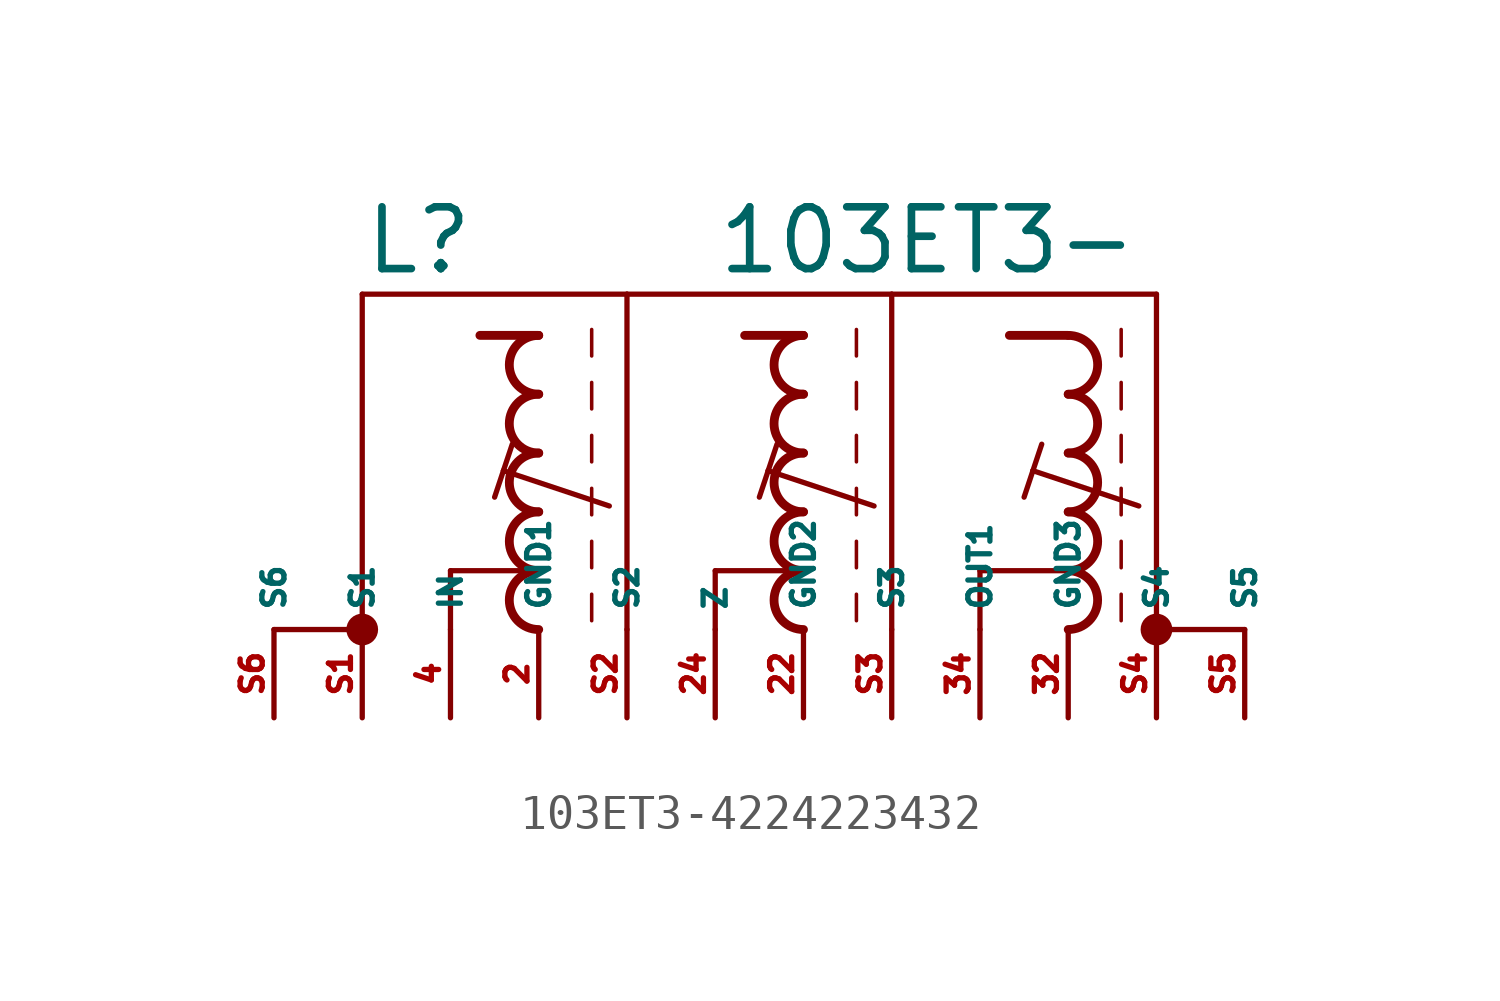
<source format=kicad_sym>
(kicad_symbol_lib
  (version 20220914)
  (generator kicad_symbol_editor)
  (symbol "103ET3-4224223432"
    (property "Reference" "L"
      (at -12.7 7.62 0)
      (effects (font (size 1.778 1.778) (thickness 0.22)) (justify left bottom)))
    (property "Value" "103ET3-"
      (at -2.54 7.62 0)
      (effects (font (size 1.778 1.778) (thickness 0.22)) (justify left bottom)))
    (symbol "103ET3-4224223432_1_1"
      (circle (center -12.7 -2.54) (radius 0.254) (stroke (width 0.406) (type default)) (fill (type none)))
      (arc (start -7.62 -0.8466) (mid -8.4664 -1.6933) (end -7.62 -2.54) (stroke (width 0.254) (type default)) (fill (type none)))
      (arc (start -7.62 0.8466) (mid -8.4662 0) (end -7.62 -0.8466) (stroke (width 0.254) (type default)) (fill (type none)))
      (arc (start -7.62 2.54) (mid -8.4664 1.6933) (end -7.62 0.8466) (stroke (width 0.254) (type default)) (fill (type none)))
      (arc (start -7.62 4.2334) (mid -8.4664 3.3867) (end -7.62 2.54) (stroke (width 0.254) (type default)) (fill (type none)))
      (arc (start -7.62 5.9266) (mid -8.4662 5.08) (end -7.62 4.2334) (stroke (width 0.254) (type default)) (fill (type none)))
      (arc (start 0 -0.8466) (mid -0.8464 -1.6933) (end 0 -2.54) (stroke (width 0.254) (type default)) (fill (type none)))
      (polyline (pts (xy -15.24 -2.54) (xy -12.7 -2.54)) (stroke (width 0.152) (type default)) (fill (type none)))
      (polyline (pts (xy -12.7 -2.54) (xy -12.7 7.112)) (stroke (width 0.152) (type default)) (fill (type none)))
      (polyline (pts (xy -12.7 7.112) (xy -5.08 7.112)) (stroke (width 0.152) (type default)) (fill (type none)))
      (polyline (pts (xy -10.16 -2.54) (xy -10.16 -0.847)) (stroke (width 0.152) (type default)) (fill (type none)))
      (polyline (pts (xy -10.16 -0.847) (xy -7.62 -0.847)) (stroke (width 0.152) (type default)) (fill (type none)))
      (polyline (pts (xy -8.636 2.032) (xy -8.89 1.27)) (stroke (width 0.152) (type default)) (fill (type none)))
      (polyline (pts (xy -8.382 2.794) (xy -8.636 2.032)) (stroke (width 0.152) (type default)) (fill (type none)))
      (polyline (pts (xy -7.62 5.927) (xy -9.313 5.927)) (stroke (width 0.254) (type default)) (fill (type none)))
      (polyline (pts (xy -6.096 -1.524) (xy -6.096 -2.286)) (stroke (width 0.102) (type default)) (fill (type none)))
      (polyline (pts (xy -6.096 0) (xy -6.096 -0.762)) (stroke (width 0.102) (type default)) (fill (type none)))
      (polyline (pts (xy -6.096 1.524) (xy -6.096 0.762)) (stroke (width 0.102) (type default)) (fill (type none)))
      (polyline (pts (xy -6.096 3.048) (xy -6.096 2.286)) (stroke (width 0.102) (type default)) (fill (type none)))
      (polyline (pts (xy -6.096 4.572) (xy -6.096 3.81)) (stroke (width 0.102) (type default)) (fill (type none)))
      (polyline (pts (xy -6.096 6.096) (xy -6.096 5.334)) (stroke (width 0.102) (type default)) (fill (type none)))
      (polyline (pts (xy -5.588 1.016) (xy -8.636 2.032)) (stroke (width 0.152) (type default)) (fill (type none)))
      (polyline (pts (xy -5.08 7.112) (xy -5.08 -2.54)) (stroke (width 0.152) (type default)) (fill (type none)))
      (polyline (pts (xy -5.08 7.112) (xy 2.54 7.112)) (stroke (width 0.152) (type default)) (fill (type none)))
      (polyline (pts (xy -2.54 -2.54) (xy -2.54 -0.847)) (stroke (width 0.152) (type default)) (fill (type none)))
      (polyline (pts (xy -2.54 -0.847) (xy 0 -0.847)) (stroke (width 0.152) (type default)) (fill (type none)))
      (polyline (pts (xy -1.016 2.032) (xy -1.27 1.27)) (stroke (width 0.152) (type default)) (fill (type none)))
      (polyline (pts (xy -0.762 2.794) (xy -1.016 2.032)) (stroke (width 0.152) (type default)) (fill (type none)))
      (polyline (pts (xy 0 5.927) (xy -1.693 5.927)) (stroke (width 0.254) (type default)) (fill (type none)))
      (polyline (pts (xy 1.524 -1.524) (xy 1.524 -2.286)) (stroke (width 0.102) (type default)) (fill (type none)))
      (polyline (pts (xy 1.524 0) (xy 1.524 -0.762)) (stroke (width 0.102) (type default)) (fill (type none)))
      (polyline (pts (xy 1.524 1.524) (xy 1.524 0.762)) (stroke (width 0.102) (type default)) (fill (type none)))
      (polyline (pts (xy 1.524 3.048) (xy 1.524 2.286)) (stroke (width 0.102) (type default)) (fill (type none)))
      (polyline (pts (xy 1.524 4.572) (xy 1.524 3.81)) (stroke (width 0.102) (type default)) (fill (type none)))
      (polyline (pts (xy 1.524 6.096) (xy 1.524 5.334)) (stroke (width 0.102) (type default)) (fill (type none)))
      (polyline (pts (xy 2.032 1.016) (xy -1.016 2.032)) (stroke (width 0.152) (type default)) (fill (type none)))
      (polyline (pts (xy 2.54 7.112) (xy 2.54 -2.54)) (stroke (width 0.152) (type default)) (fill (type none)))
      (polyline (pts (xy 2.54 7.112) (xy 10.16 7.112)) (stroke (width 0.152) (type default)) (fill (type none)))
      (polyline (pts (xy 5.08 -2.54) (xy 5.08 -0.847)) (stroke (width 0.152) (type default)) (fill (type none)))
      (polyline (pts (xy 5.08 -0.847) (xy 7.62 -0.847)) (stroke (width 0.152) (type default)) (fill (type none)))
      (polyline (pts (xy 6.604 2.032) (xy 6.35 1.27)) (stroke (width 0.152) (type default)) (fill (type none)))
      (polyline (pts (xy 6.858 2.794) (xy 6.604 2.032)) (stroke (width 0.152) (type default)) (fill (type none)))
      (polyline (pts (xy 7.62 5.927) (xy 5.927 5.927)) (stroke (width 0.254) (type default)) (fill (type none)))
      (polyline (pts (xy 9.144 -1.524) (xy 9.144 -2.286)) (stroke (width 0.102) (type default)) (fill (type none)))
      (polyline (pts (xy 9.144 0) (xy 9.144 -0.762)) (stroke (width 0.102) (type default)) (fill (type none)))
      (polyline (pts (xy 9.144 1.524) (xy 9.144 0.762)) (stroke (width 0.102) (type default)) (fill (type none)))
      (polyline (pts (xy 9.144 3.048) (xy 9.144 2.286)) (stroke (width 0.102) (type default)) (fill (type none)))
      (polyline (pts (xy 9.144 4.572) (xy 9.144 3.81)) (stroke (width 0.102) (type default)) (fill (type none)))
      (polyline (pts (xy 9.144 6.096) (xy 9.144 5.334)) (stroke (width 0.102) (type default)) (fill (type none)))
      (polyline (pts (xy 9.652 1.016) (xy 6.604 2.032)) (stroke (width 0.152) (type default)) (fill (type none)))
      (polyline (pts (xy 10.16 7.112) (xy 10.16 -2.54)) (stroke (width 0.152) (type default)) (fill (type none)))
      (polyline (pts (xy 12.7 -2.54) (xy 10.16 -2.54)) (stroke (width 0.152) (type default)) (fill (type none)))
      (arc (start 0 0.8466) (mid -0.8462 0) (end 0 -0.8466) (stroke (width 0.254) (type default)) (fill (type none)))
      (arc (start 0 2.54) (mid -0.8464 1.6933) (end 0 0.8466) (stroke (width 0.254) (type default)) (fill (type none)))
      (arc (start 0 4.2334) (mid -0.8464 3.3867) (end 0 2.54) (stroke (width 0.254) (type default)) (fill (type none)))
      (arc (start 0 5.9266) (mid -0.8462 5.08) (end 0 4.2334) (stroke (width 0.254) (type default)) (fill (type none)))
      (arc (start 7.62 -2.54) (mid 8.4631 -1.6933) (end 7.62 -0.8466) (stroke (width 0.254) (type default)) (fill (type none)))
      (arc (start 7.62 -0.8466) (mid 8.463 0) (end 7.62 0.8466) (stroke (width 0.254) (type default)) (fill (type none)))
      (arc (start 7.62 0.8466) (mid 8.4631 1.6933) (end 7.62 2.54) (stroke (width 0.254) (type default)) (fill (type none)))
      (arc (start 7.62 2.54) (mid 8.4631 3.3867) (end 7.62 4.2334) (stroke (width 0.254) (type default)) (fill (type none)))
      (arc (start 7.62 4.2334) (mid 8.463 5.08) (end 7.62 5.9266) (stroke (width 0.254) (type default)) (fill (type none)))
      (circle (center 10.16 -2.54) (radius 0.254) (stroke (width 0.406) (type default)) (fill (type none)))
      (pin passive line (at -7.62 -5.08 90) (length 2.54) (name "GND1" (effects (font (size 0.635 0.635)))) (number "2" (effects (font (size 0.635 0.635)))))
      (pin passive line (at 0 -5.08 90) (length 2.54) (name "GND2" (effects (font (size 0.635 0.635)))) (number "22" (effects (font (size 0.635 0.635)))))
      (pin passive line (at -2.54 -5.08 90) (length 2.54) (name "Z" (effects (font (size 0.635 0.635)))) (number "24" (effects (font (size 0.635 0.635)))))
      (pin passive line (at 7.62 -5.08 90) (length 2.54) (name "GND3" (effects (font (size 0.635 0.635)))) (number "32" (effects (font (size 0.635 0.635)))))
      (pin passive line (at 5.08 -5.08 90) (length 2.54) (name "OUT1" (effects (font (size 0.635 0.635)))) (number "34" (effects (font (size 0.635 0.635)))))
      (pin passive line (at -10.16 -5.08 90) (length 2.54) (name "IN" (effects (font (size 0.635 0.635)))) (number "4" (effects (font (size 0.635 0.635)))))
      (pin passive line (at -12.7 -5.08 90) (length 2.54) (name "S1" (effects (font (size 0.635 0.635)))) (number "S1" (effects (font (size 0.635 0.635)))))
      (pin passive line (at -5.08 -5.08 90) (length 2.54) (name "S2" (effects (font (size 0.635 0.635)))) (number "S2" (effects (font (size 0.635 0.635)))))
      (pin passive line (at 2.54 -5.08 90) (length 2.54) (name "S3" (effects (font (size 0.635 0.635)))) (number "S3" (effects (font (size 0.635 0.635)))))
      (pin passive line (at 10.16 -5.08 90) (length 2.54) (name "S4" (effects (font (size 0.635 0.635)))) (number "S4" (effects (font (size 0.635 0.635)))))
      (pin passive line (at 12.7 -5.08 90) (length 2.54) (name "S5" (effects (font (size 0.635 0.635)))) (number "S5" (effects (font (size 0.635 0.635)))))
      (pin passive line (at -15.24 -5.08 90) (length 2.54) (name "S6" (effects (font (size 0.635 0.635)))) (number "S6" (effects (font (size 0.635 0.635))))))))
</source>
